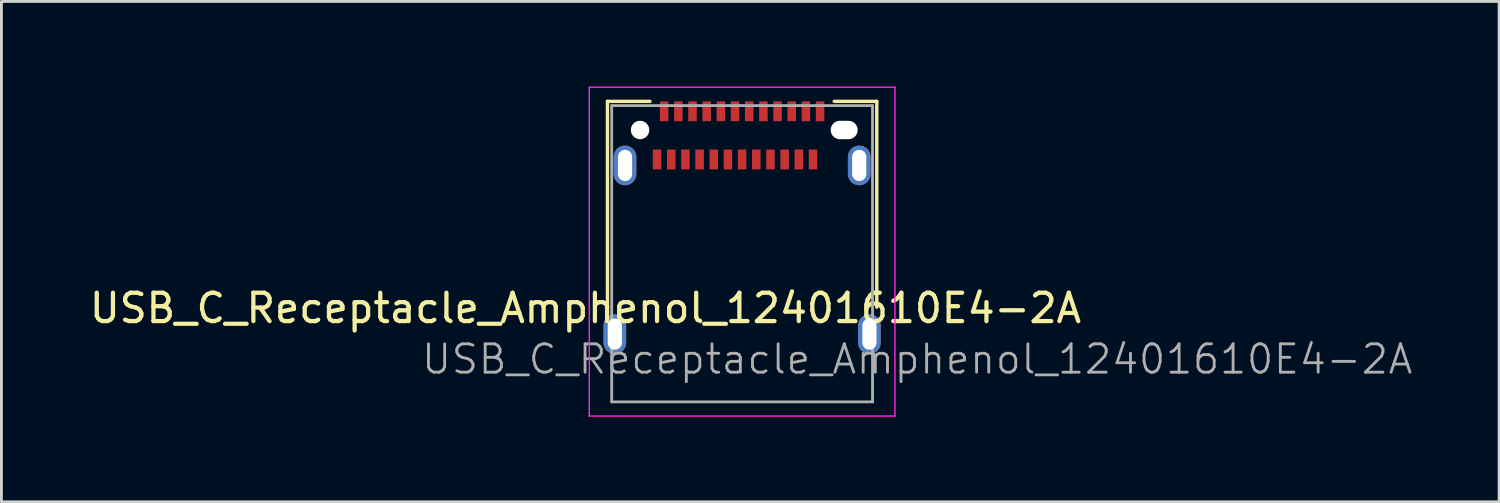
<source format=kicad_pcb>
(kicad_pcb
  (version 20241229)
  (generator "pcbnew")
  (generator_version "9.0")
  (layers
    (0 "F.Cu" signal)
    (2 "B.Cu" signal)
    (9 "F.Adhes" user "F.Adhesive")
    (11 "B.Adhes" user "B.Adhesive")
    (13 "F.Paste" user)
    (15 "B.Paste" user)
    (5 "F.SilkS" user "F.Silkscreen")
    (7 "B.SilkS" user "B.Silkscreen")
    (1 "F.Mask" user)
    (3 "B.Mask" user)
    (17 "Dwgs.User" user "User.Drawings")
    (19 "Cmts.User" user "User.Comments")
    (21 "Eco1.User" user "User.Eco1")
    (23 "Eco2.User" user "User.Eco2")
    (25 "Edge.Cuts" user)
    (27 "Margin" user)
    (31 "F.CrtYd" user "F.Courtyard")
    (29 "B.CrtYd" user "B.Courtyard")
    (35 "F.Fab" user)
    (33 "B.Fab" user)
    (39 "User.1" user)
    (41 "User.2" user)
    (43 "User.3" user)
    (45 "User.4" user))
  (footprint "USB_C_Receptacle_Amphenol_12401610E4-2A"
    (layer "F.Cu")
    (at 23.126 5.895)
    (property "Reference" "USB_C_Receptacle_Amphenol_12401610E4-2A" (at -5.525 1.925 0) (layer "F.SilkS") (effects (font (size 1 1) (thickness 0.15))))
    (attr smd)
    (fp_line (start -4.75 -5.37) (end -4.75 1.89) (stroke (width 0.12) (type solid)) (layer "F.SilkS"))
    (fp_line (start -4.75 -5.37) (end -3.25 -5.37) (stroke (width 0.12) (type solid)) (layer "F.SilkS"))
    (fp_line (start 3.25 -5.37) (end 4.75 -5.37) (stroke (width 0.12) (type solid)) (layer "F.SilkS"))
    (fp_line (start 4.75 -5.37) (end 4.75 1.89) (stroke (width 0.12) (type solid)) (layer "F.SilkS"))
    (fp_line (start -5.39 -5.87) (end 5.39 -5.87) (stroke (width 0.05) (type solid)) (layer "F.CrtYd"))
    (fp_line (start -5.39 5.73) (end -5.39 -5.87) (stroke (width 0.05) (type solid)) (layer "F.CrtYd"))
    (fp_line (start 5.39 -5.87) (end 5.39 5.73) (stroke (width 0.05) (type solid)) (layer "F.CrtYd"))
    (fp_line (start 5.39 5.73) (end -5.39 5.73) (stroke (width 0.05) (type solid)) (layer "F.CrtYd"))
    (fp_line (start -4.6 -5.22) (end 4.6 -5.22) (stroke (width 0.1) (type solid)) (layer "F.Fab"))
    (fp_line (start -4.6 5.23) (end -4.6 -5.22) (stroke (width 0.1) (type solid)) (layer "F.Fab"))
    (fp_line (start -4.6 5.23) (end 4.6 5.23) (stroke (width 0.1) (type solid)) (layer "F.Fab"))
    (fp_line (start 4.6 5.23) (end 4.6 -5.22) (stroke (width 0.1) (type solid)) (layer "F.Fab"))
    (fp_text user "${REFERENCE}" (at 6.175 3.725 0) (layer "F.Fab") (effects (font (size 1 1) (thickness 0.1))))
    (pad "" np_thru_hole circle (at -3.6 -4.36) (size 0.65 0.65) (drill 0.65) (layers "*.Cu" "*.Mask"))
    (pad "" np_thru_hole oval (at 3.6 -4.36) (size 0.95 0.65) (drill oval 0.95 0.65) (layers "*.Cu" "*.Mask"))
    (pad "A1" smd rect (at -2.75 -5.02) (size 0.3 0.7) (layers "F.Cu" "F.Mask" "F.Paste"))
    (pad "A2" smd rect (at -2.25 -5.02) (size 0.3 0.7) (layers "F.Cu" "F.Mask" "F.Paste"))
    (pad "A3" smd rect (at -1.75 -5.02) (size 0.3 0.7) (layers "F.Cu" "F.Mask" "F.Paste"))
    (pad "A4" smd rect (at -1.25 -5.02) (size 0.3 0.7) (layers "F.Cu" "F.Mask" "F.Paste"))
    (pad "A5" smd rect (at -0.75 -5.02) (size 0.3 0.7) (layers "F.Cu" "F.Mask" "F.Paste"))
    (pad "A6" smd rect (at -0.25 -5.02) (size 0.3 0.7) (layers "F.Cu" "F.Mask" "F.Paste"))
    (pad "A7" smd rect (at 0.25 -5.02) (size 0.3 0.7) (layers "F.Cu" "F.Mask" "F.Paste"))
    (pad "A8" smd rect (at 0.75 -5.02) (size 0.3 0.7) (layers "F.Cu" "F.Mask" "F.Paste"))
    (pad "A9" smd rect (at 1.25 -5.02) (size 0.3 0.7) (layers "F.Cu" "F.Mask" "F.Paste"))
    (pad "A10" smd rect (at 1.75 -5.02) (size 0.3 0.7) (layers "F.Cu" "F.Mask" "F.Paste"))
    (pad "A11" smd rect (at 2.25 -5.02) (size 0.3 0.7) (layers "F.Cu" "F.Mask" "F.Paste"))
    (pad "A12" smd rect (at 2.75 -5.02) (size 0.3 0.7) (layers "F.Cu" "F.Mask" "F.Paste"))
    (pad "B1" smd rect (at 2.5 -3.32) (size 0.3 0.7) (layers "F.Cu" "F.Mask" "F.Paste"))
    (pad "B2" smd rect (at 2 -3.32) (size 0.3 0.7) (layers "F.Cu" "F.Mask" "F.Paste"))
    (pad "B3" smd rect (at 1.5 -3.32) (size 0.3 0.7) (layers "F.Cu" "F.Mask" "F.Paste"))
    (pad "B4" smd rect (at 1 -3.32) (size 0.3 0.7) (layers "F.Cu" "F.Mask" "F.Paste"))
    (pad "B5" smd rect (at 0.5 -3.32) (size 0.3 0.7) (layers "F.Cu" "F.Mask" "F.Paste"))
    (pad "B6" smd rect (at 0 -3.32) (size 0.3 0.7) (layers "F.Cu" "F.Mask" "F.Paste"))
    (pad "B7" smd rect (at -0.5 -3.32) (size 0.3 0.7) (layers "F.Cu" "F.Mask" "F.Paste"))
    (pad "B8" smd rect (at -1 -3.32) (size 0.3 0.7) (layers "F.Cu" "F.Mask" "F.Paste"))
    (pad "B9" smd rect (at -1.5 -3.32) (size 0.3 0.7) (layers "F.Cu" "F.Mask" "F.Paste"))
    (pad "B10" smd rect (at -2 -3.32) (size 0.3 0.7) (layers "F.Cu" "F.Mask" "F.Paste"))
    (pad "B11" smd rect (at -2.5 -3.32) (size 0.3 0.7) (layers "F.Cu" "F.Mask" "F.Paste"))
    (pad "B12" smd rect (at -3 -3.32) (size 0.3 0.7) (layers "F.Cu" "F.Mask" "F.Paste"))
    (pad "S1" thru_hole oval (at -4.49 2.84) (size 0.8 1.4) (drill oval 0.5 1.1) (layers "*.Cu" "*.Mask"))
    (pad "S1" thru_hole oval (at -4.13 -3.11) (size 0.8 1.4) (drill oval 0.5 1.1) (layers "*.Cu" "*.Mask"))
    (pad "S1" thru_hole oval (at 4.13 -3.11) (size 0.8 1.4) (drill oval 0.5 1.1) (layers "*.Cu" "*.Mask"))
    (pad "S1" thru_hole oval (at 4.49 2.84) (size 0.8 1.4) (drill oval 0.5 1.1) (layers "*.Cu" "*.Mask")))
  (gr_rect
    (start -3 -3)
    (end 49.827 14.65)
    (stroke (width 0.1) (type default))
    (fill no)
    (layer "Edge.Cuts")))
</source>
